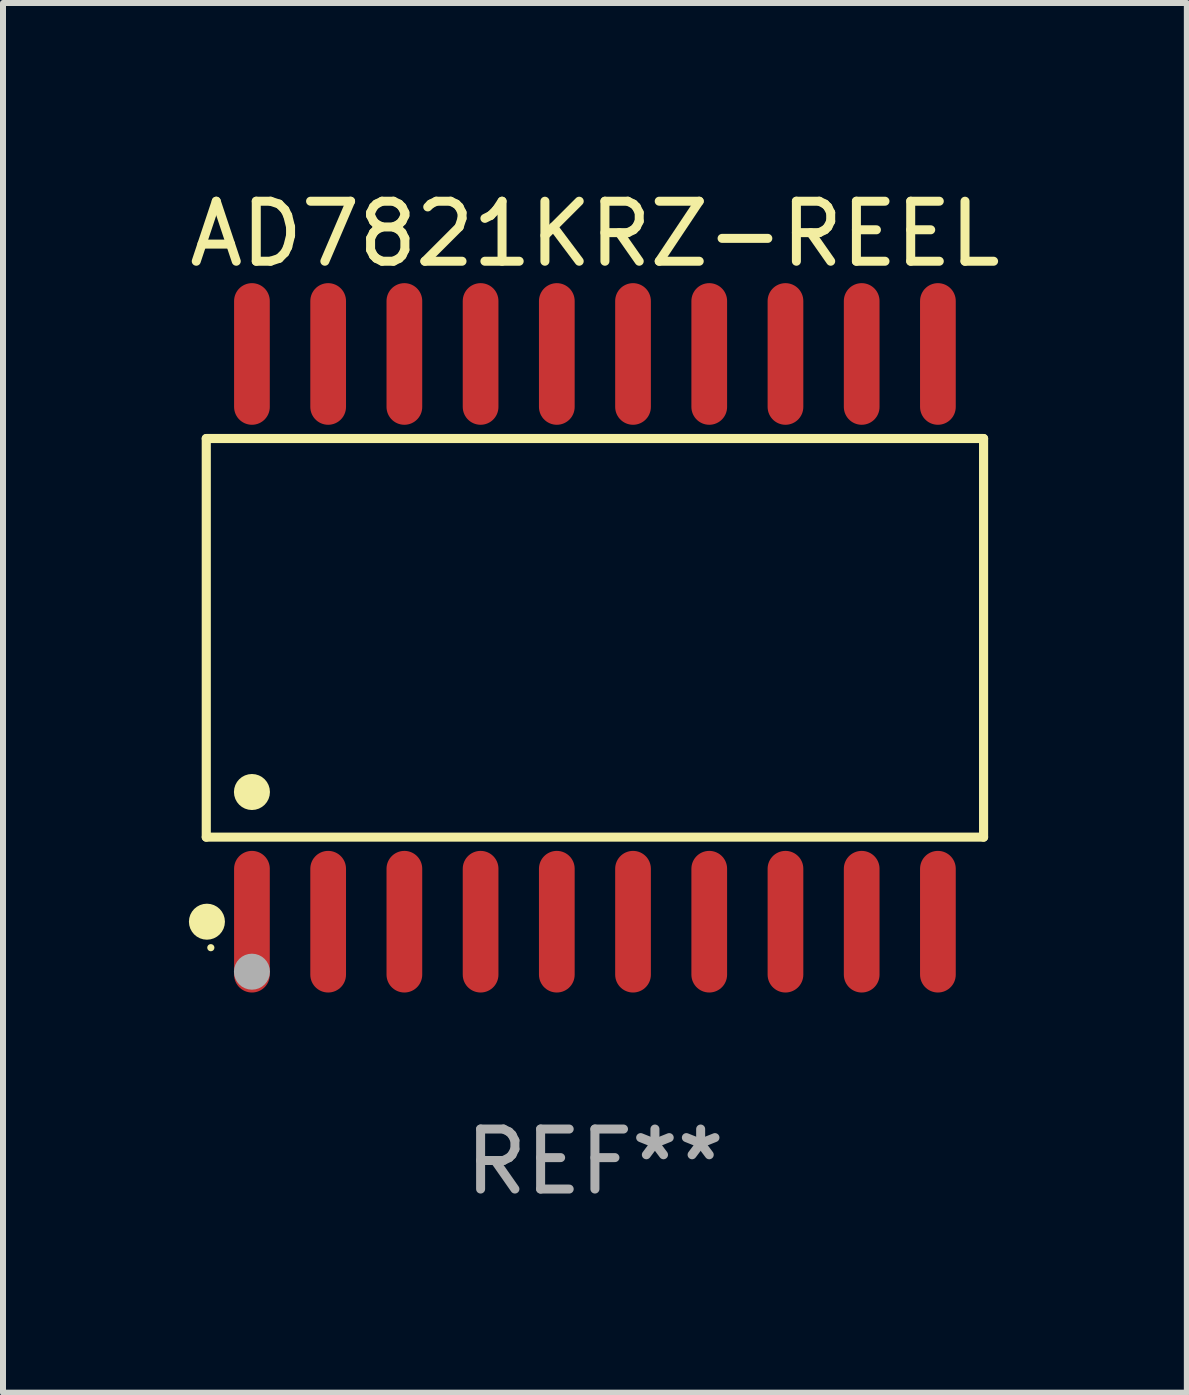
<source format=kicad_pcb>
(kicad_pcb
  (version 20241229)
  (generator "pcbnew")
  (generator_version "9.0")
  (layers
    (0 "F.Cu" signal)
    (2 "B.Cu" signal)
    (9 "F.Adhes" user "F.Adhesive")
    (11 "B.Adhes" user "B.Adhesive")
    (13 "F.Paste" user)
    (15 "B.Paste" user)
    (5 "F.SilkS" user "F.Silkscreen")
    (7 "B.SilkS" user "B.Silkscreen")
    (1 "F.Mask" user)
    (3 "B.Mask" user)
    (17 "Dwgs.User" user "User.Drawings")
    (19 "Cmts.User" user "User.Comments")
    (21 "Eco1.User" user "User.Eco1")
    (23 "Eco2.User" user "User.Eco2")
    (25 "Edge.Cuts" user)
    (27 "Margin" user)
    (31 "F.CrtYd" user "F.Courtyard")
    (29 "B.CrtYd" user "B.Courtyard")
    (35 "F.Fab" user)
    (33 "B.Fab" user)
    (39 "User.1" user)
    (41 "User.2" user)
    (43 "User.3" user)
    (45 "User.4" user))
  (footprint "AD7821KRZ-REEL"
    (layer "F.Cu")
    (at 6.863 7.578)
    (property "Reference" "AD7821KRZ-REEL" (at 0 -6.73 0) (layer "F.SilkS") (effects (font (size 1 1) (thickness 0.15))))
    (attr through_hole)
    (fp_line (start -6.476 -3.321) (end 6.476 -3.321) (stroke (width 0.152) (type solid)) (layer "F.SilkS"))
    (fp_line (start -6.476 3.321) (end -6.476 -3.321) (stroke (width 0.152) (type solid)) (layer "F.SilkS"))
    (fp_line (start 6.476 -3.321) (end 6.476 3.321) (stroke (width 0.152) (type solid)) (layer "F.SilkS"))
    (fp_line (start 6.476 3.321) (end -6.476 3.321) (stroke (width 0.152) (type solid)) (layer "F.SilkS"))
    (fp_circle (center -6.465 4.73) (end -6.315 4.73) (stroke (width 0.3) (type solid)) (fill no) (layer "F.SilkS"))
    (fp_circle (center -6.4 5.163) (end -6.37 5.163) (stroke (width 0.06) (type solid)) (fill no) (layer "F.SilkS"))
    (fp_circle (center -5.715 2.569) (end -5.565 2.569) (stroke (width 0.3) (type solid)) (fill no) (layer "F.SilkS"))
    (fp_circle (center -5.715 5.563) (end -5.565 5.563) (stroke (width 0.3) (type solid)) (fill no) (layer "F.Fab"))
    (fp_text user "REF**" (at 0 8.73 0) (layer "F.Fab") (effects (font (size 1 1) (thickness 0.15))))
    (pad "1" smd oval (at -5.715 4.73) (size 0.595 2.36) (layers "F.Cu" "F.Mask" "F.Paste"))
    (pad "2" smd oval (at -4.445 4.73) (size 0.595 2.36) (layers "F.Cu" "F.Mask" "F.Paste"))
    (pad "3" smd oval (at -3.175 4.73) (size 0.595 2.36) (layers "F.Cu" "F.Mask" "F.Paste"))
    (pad "4" smd oval (at -1.905 4.73) (size 0.595 2.36) (layers "F.Cu" "F.Mask" "F.Paste"))
    (pad "5" smd oval (at -0.635 4.73) (size 0.595 2.36) (layers "F.Cu" "F.Mask" "F.Paste"))
    (pad "6" smd oval (at 0.635 4.73) (size 0.595 2.36) (layers "F.Cu" "F.Mask" "F.Paste"))
    (pad "7" smd oval (at 1.905 4.73) (size 0.595 2.36) (layers "F.Cu" "F.Mask" "F.Paste"))
    (pad "8" smd oval (at 3.175 4.73) (size 0.595 2.36) (layers "F.Cu" "F.Mask" "F.Paste"))
    (pad "9" smd oval (at 4.445 4.73) (size 0.595 2.36) (layers "F.Cu" "F.Mask" "F.Paste"))
    (pad "10" smd oval (at 5.715 4.73) (size 0.595 2.36) (layers "F.Cu" "F.Mask" "F.Paste"))
    (pad "11" smd oval (at 5.715 -4.73) (size 0.595 2.36) (layers "F.Cu" "F.Mask" "F.Paste"))
    (pad "12" smd oval (at 4.445 -4.73) (size 0.595 2.36) (layers "F.Cu" "F.Mask" "F.Paste"))
    (pad "13" smd oval (at 3.175 -4.73) (size 0.595 2.36) (layers "F.Cu" "F.Mask" "F.Paste"))
    (pad "14" smd oval (at 1.905 -4.73) (size 0.595 2.36) (layers "F.Cu" "F.Mask" "F.Paste"))
    (pad "15" smd oval (at 0.635 -4.73) (size 0.595 2.36) (layers "F.Cu" "F.Mask" "F.Paste"))
    (pad "16" smd oval (at -0.635 -4.73) (size 0.595 2.36) (layers "F.Cu" "F.Mask" "F.Paste"))
    (pad "17" smd oval (at -1.905 -4.73) (size 0.595 2.36) (layers "F.Cu" "F.Mask" "F.Paste"))
    (pad "18" smd oval (at -3.175 -4.73) (size 0.595 2.36) (layers "F.Cu" "F.Mask" "F.Paste"))
    (pad "19" smd oval (at -4.445 -4.73) (size 0.595 2.36) (layers "F.Cu" "F.Mask" "F.Paste"))
    (pad "20" smd oval (at -5.715 -4.73) (size 0.595 2.36) (layers "F.Cu" "F.Mask" "F.Paste")))
  (gr_rect
    (start -3 -3)
    (end 16.726 20.156)
    (stroke (width 0.1) (type default))
    (fill no)
    (layer "Edge.Cuts")))
</source>
